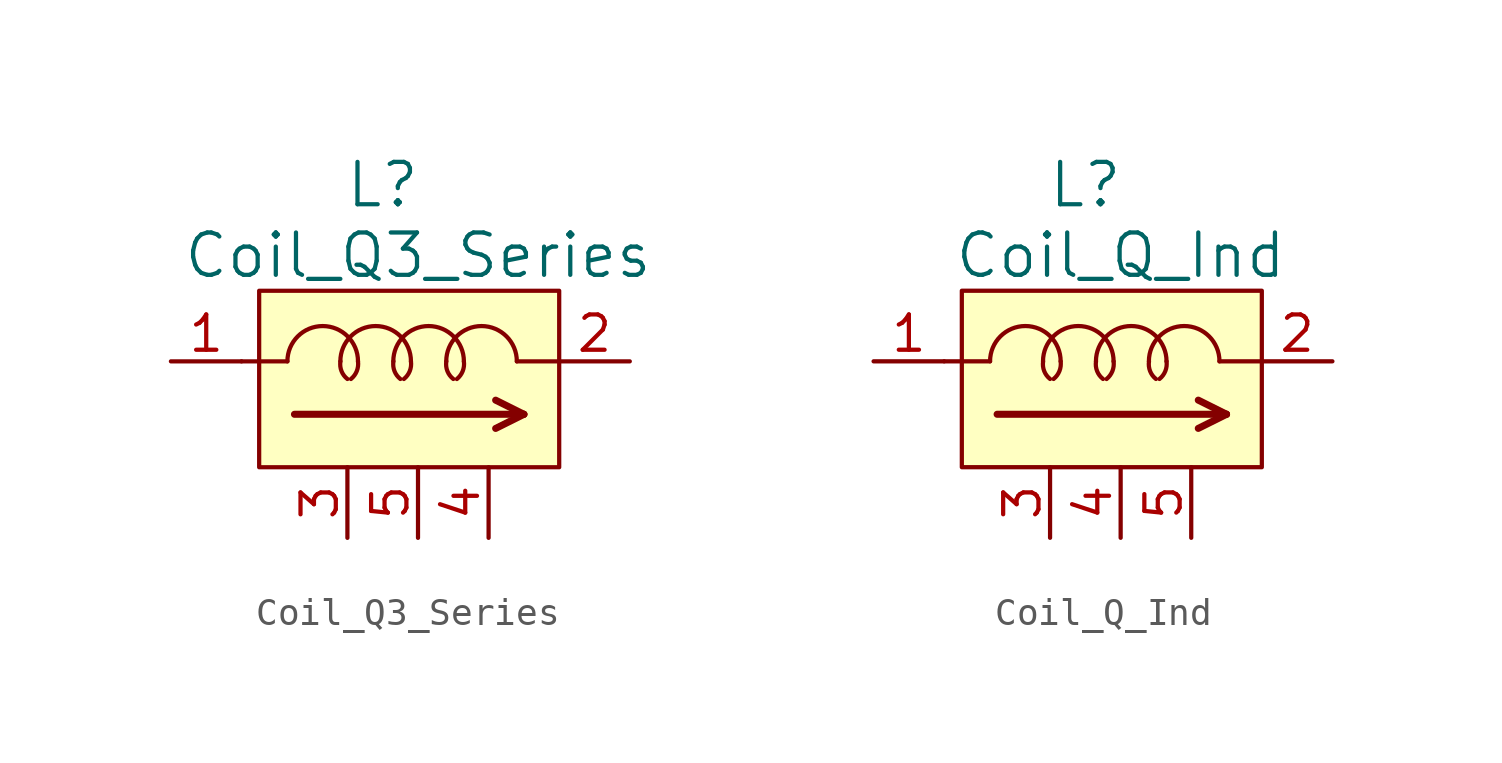
<source format=kicad_sym>
(kicad_symbol_lib
  (version 20211014)
  (generator kicad_symbol_editor)
  (symbol "Coil_Q3_Series"
    (pin_names
      (offset 1.016) hide)
    (property "Reference" "L"
      (at -1.27 6.35 0)
      (effects (font (size 1.524 1.524))))
    (property "Value" "Coil_Q3_Series"
      (at 0 3.81 0)
      (effects (font (size 1.524 1.524))))
    (property "Footprint" ""
      (at -0.635 0.254 90)
      (effects (font (size 1.524 1.524))))
    (symbol "Coil_Q3_Series_0_1"
      (arc (start -2.794 0) (mid -2.7532 -0.3516) (end -2.54 -0.635) (stroke (width 0) (type default) (color 0 0 0 0)) (fill (type none)))
      (arc (start -2.413 -0.635) (mid -2.2022 -0.3501) (end -2.159 0) (stroke (width 0) (type default) (color 0 0 0 0)) (fill (type none)))
      (arc (start -2.159 0) (mid -3.429 1.27) (end -4.699 0) (stroke (width 0) (type default) (color 0 0 0 0)) (fill (type none)))
      (arc (start -0.889 0) (mid -0.8482 -0.3516) (end -0.635 -0.635) (stroke (width 0) (type default) (color 0 0 0 0)) (fill (type none)))
      (arc (start -0.508 -0.635) (mid -0.2972 -0.3501) (end -0.254 0) (stroke (width 0) (type default) (color 0 0 0 0)) (fill (type none)))
      (arc (start -0.254 0) (mid -1.524 1.27) (end -2.794 0) (stroke (width 0) (type default) (color 0 0 0 0)) (fill (type none)))
      (polyline (pts (xy -4.699 0) (xy -6.35 0)) (stroke (width 0) (type default) (color 0 0 0 0)) (fill (type none)))
      (polyline (pts (xy -4.445 -1.905) (xy 3.81 -1.905)) (stroke (width 0.254) (type default) (color 0 0 0 0)) (fill (type none)))
      (polyline (pts (xy 3.556 0) (xy 5.08 0)) (stroke (width 0) (type default) (color 0 0 0 0)) (fill (type none)))
      (polyline (pts (xy 3.81 -1.905) (xy 2.794 -2.413)) (stroke (width 0.254) (type default) (color 0 0 0 0)) (fill (type none)))
      (polyline (pts (xy 3.81 -1.905) (xy 2.794 -1.397)) (stroke (width 0.254) (type default) (color 0 0 0 0)) (fill (type none)))
      (polyline (pts (xy -5.715 -0.635) (xy -5.715 2.54) (xy 5.08 2.54) (xy 5.08 -3.81) (xy -5.715 -3.81) (xy -5.715 -0.635)) (stroke (width 0) (type default) (color 0 0 0 0)) (fill (type background)))
      (arc (start 1.016 0) (mid 1.0568 -0.3516) (end 1.27 -0.635) (stroke (width 0) (type default) (color 0 0 0 0)) (fill (type none)))
      (arc (start 1.397 -0.635) (mid 1.6078 -0.3501) (end 1.651 0) (stroke (width 0) (type default) (color 0 0 0 0)) (fill (type none)))
      (arc (start 1.651 0) (mid 0.381 1.27) (end -0.889 0) (stroke (width 0) (type default) (color 0 0 0 0)) (fill (type none)))
      (arc (start 3.556 0) (mid 2.286 1.27) (end 1.016 0) (stroke (width 0) (type default) (color 0 0 0 0)) (fill (type none))))
    (symbol "Coil_Q3_Series_1_1"
      (pin input line (at -8.89 0 0) (length 2.54) (name "1" (effects (font (size 1.27 1.27)))) (number "1" (effects (font (size 1.27 1.27)))))
      (pin input line (at 7.62 0 180) (length 2.54) (name "2" (effects (font (size 1.27 1.27)))) (number "2" (effects (font (size 1.27 1.27)))))
      (pin input line (at -2.54 -6.35 90) (length 2.54) (name "3" (effects (font (size 1.27 1.27)))) (number "3" (effects (font (size 1.27 1.27)))))
      (pin input line (at 2.54 -6.35 90) (length 2.54) (name "4" (effects (font (size 1.27 1.27)))) (number "4" (effects (font (size 1.27 1.27)))))
      (pin input line (at 0 -6.35 90) (length 2.54) (name "5" (effects (font (size 1.27 1.27)))) (number "5" (effects (font (size 1.27 1.27)))))))
  (symbol "Coil_Q_Ind"
    (pin_names
      (offset 1.016) hide)
    (property "Reference" "L"
      (at -1.27 6.35 0)
      (effects (font (size 1.524 1.524))))
    (property "Value" "Coil_Q_Ind"
      (at 0 3.81 0)
      (effects (font (size 1.524 1.524))))
    (property "Footprint" ""
      (at -0.635 0.254 90)
      (effects (font (size 1.524 1.524))))
    (property "Datasheet" ""
      (at -0.635 0.254 90)
      (effects (font (size 1.524 1.524))))
    (symbol "Coil_Q_Ind_0_1"
      (arc (start -2.794 0) (mid -2.7532 -0.3516) (end -2.54 -0.635) (stroke (width 0) (type default) (color 0 0 0 0)) (fill (type none)))
      (arc (start -2.413 -0.635) (mid -2.2022 -0.3501) (end -2.159 0) (stroke (width 0) (type default) (color 0 0 0 0)) (fill (type none)))
      (arc (start -2.159 0) (mid -3.429 1.27) (end -4.699 0) (stroke (width 0) (type default) (color 0 0 0 0)) (fill (type none)))
      (arc (start -0.889 0) (mid -0.8482 -0.3516) (end -0.635 -0.635) (stroke (width 0) (type default) (color 0 0 0 0)) (fill (type none)))
      (arc (start -0.508 -0.635) (mid -0.2972 -0.3501) (end -0.254 0) (stroke (width 0) (type default) (color 0 0 0 0)) (fill (type none)))
      (arc (start -0.254 0) (mid -1.524 1.27) (end -2.794 0) (stroke (width 0) (type default) (color 0 0 0 0)) (fill (type none)))
      (polyline (pts (xy -4.699 0) (xy -6.35 0)) (stroke (width 0) (type default) (color 0 0 0 0)) (fill (type none)))
      (polyline (pts (xy -4.445 -1.905) (xy 3.81 -1.905)) (stroke (width 0.254) (type default) (color 0 0 0 0)) (fill (type none)))
      (polyline (pts (xy 3.556 0) (xy 5.08 0)) (stroke (width 0) (type default) (color 0 0 0 0)) (fill (type none)))
      (polyline (pts (xy 3.81 -1.905) (xy 2.794 -2.413)) (stroke (width 0.254) (type default) (color 0 0 0 0)) (fill (type none)))
      (polyline (pts (xy 3.81 -1.905) (xy 2.794 -1.397)) (stroke (width 0.254) (type default) (color 0 0 0 0)) (fill (type none)))
      (polyline (pts (xy -5.715 -0.635) (xy -5.715 2.54) (xy 5.08 2.54) (xy 5.08 -3.81) (xy -5.715 -3.81) (xy -5.715 -0.635)) (stroke (width 0) (type default) (color 0 0 0 0)) (fill (type background)))
      (arc (start 1.016 0) (mid 1.0568 -0.3516) (end 1.27 -0.635) (stroke (width 0) (type default) (color 0 0 0 0)) (fill (type none)))
      (arc (start 1.397 -0.635) (mid 1.6078 -0.3501) (end 1.651 0) (stroke (width 0) (type default) (color 0 0 0 0)) (fill (type none)))
      (arc (start 1.651 0) (mid 0.381 1.27) (end -0.889 0) (stroke (width 0) (type default) (color 0 0 0 0)) (fill (type none)))
      (arc (start 3.556 0) (mid 2.286 1.27) (end 1.016 0) (stroke (width 0) (type default) (color 0 0 0 0)) (fill (type none))))
    (symbol "Coil_Q_Ind_1_1"
      (pin input line (at -8.89 0 0) (length 2.54) (name "1" (effects (font (size 1.27 1.27)))) (number "1" (effects (font (size 1.27 1.27)))))
      (pin input line (at 7.62 0 180) (length 2.54) (name "2" (effects (font (size 1.27 1.27)))) (number "2" (effects (font (size 1.27 1.27)))))
      (pin input line (at -2.54 -6.35 90) (length 2.54) (name "3" (effects (font (size 1.27 1.27)))) (number "3" (effects (font (size 1.27 1.27)))))
      (pin input line (at 0 -6.35 90) (length 2.54) (name "4" (effects (font (size 1.27 1.27)))) (number "4" (effects (font (size 1.27 1.27)))))
      (pin input line (at 2.54 -6.35 90) (length 2.54) (name "5" (effects (font (size 1.27 1.27)))) (number "5" (effects (font (size 1.27 1.27))))))))
</source>
